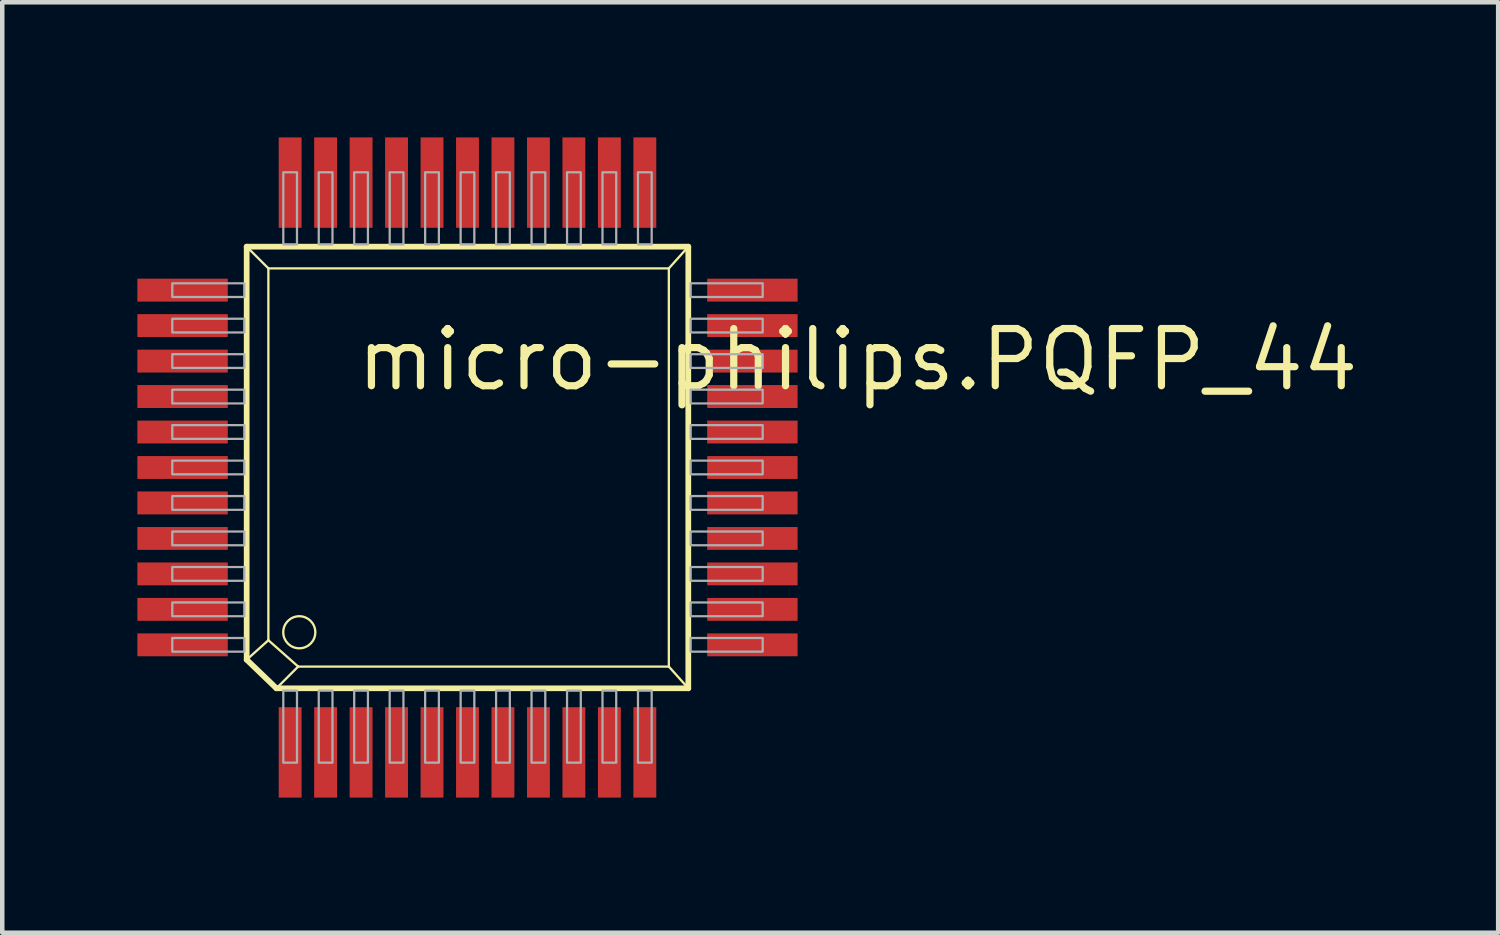
<source format=kicad_pcb>
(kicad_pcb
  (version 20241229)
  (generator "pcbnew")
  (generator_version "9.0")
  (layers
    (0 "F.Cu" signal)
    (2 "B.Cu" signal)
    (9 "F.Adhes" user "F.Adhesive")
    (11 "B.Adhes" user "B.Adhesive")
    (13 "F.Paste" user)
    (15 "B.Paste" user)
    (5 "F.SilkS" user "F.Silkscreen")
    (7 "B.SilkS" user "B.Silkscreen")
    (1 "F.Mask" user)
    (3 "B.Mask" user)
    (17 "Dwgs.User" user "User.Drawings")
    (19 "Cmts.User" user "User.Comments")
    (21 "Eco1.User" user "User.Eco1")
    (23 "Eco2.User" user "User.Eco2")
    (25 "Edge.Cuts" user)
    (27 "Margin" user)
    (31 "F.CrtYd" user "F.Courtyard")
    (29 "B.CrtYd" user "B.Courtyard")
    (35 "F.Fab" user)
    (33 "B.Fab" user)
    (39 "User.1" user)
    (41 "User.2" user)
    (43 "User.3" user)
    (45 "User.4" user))
  (footprint "micro-philips.PQFP_44"
    (layer "F.Cu")
    (at 7.328 6.947)
    (property "Reference" "micro-philips.PQFP_44" (at -2.54 -1.27 0) (layer "F.SilkS") (effects (font (size 1.27 1.27) (thickness 0.16)) (justify left bottom)))
    (attr smd)
    (fp_line (start -4.902 -4.521) (end -4.42 -4.039) (stroke (width 0.051) (type default)) (layer "F.SilkS"))
    (fp_line (start -4.902 4.648) (end -4.902 -4.521) (stroke (width 0.127) (type default)) (layer "F.SilkS"))
    (fp_line (start -4.902 4.648) (end -4.42 4.216) (stroke (width 0.051) (type default)) (layer "F.SilkS"))
    (fp_line (start -4.902 4.648) (end -4.242 5.283) (stroke (width 0.127) (type default)) (layer "F.SilkS"))
    (fp_line (start -4.42 -4.039) (end -4.42 4.216) (stroke (width 0.051) (type default)) (layer "F.SilkS"))
    (fp_line (start -4.42 -4.039) (end 4.47 -4.039) (stroke (width 0.051) (type default)) (layer "F.SilkS"))
    (fp_line (start -4.242 5.283) (end -3.759 4.801) (stroke (width 0.051) (type default)) (layer "F.SilkS"))
    (fp_line (start -4.242 5.283) (end 4.902 5.283) (stroke (width 0.127) (type default)) (layer "F.SilkS"))
    (fp_line (start -3.759 4.801) (end -4.42 4.216) (stroke (width 0.051) (type default)) (layer "F.SilkS"))
    (fp_line (start -3.759 4.801) (end 4.47 4.801) (stroke (width 0.051) (type default)) (layer "F.SilkS"))
    (fp_line (start 4.47 4.801) (end 4.47 -4.039) (stroke (width 0.051) (type default)) (layer "F.SilkS"))
    (fp_line (start 4.902 -4.521) (end -4.902 -4.521) (stroke (width 0.127) (type default)) (layer "F.SilkS"))
    (fp_line (start 4.902 -4.521) (end 4.47 -4.039) (stroke (width 0.051) (type default)) (layer "F.SilkS"))
    (fp_line (start 4.902 5.283) (end 4.47 4.801) (stroke (width 0.051) (type default)) (layer "F.SilkS"))
    (fp_line (start 4.902 5.283) (end 4.902 -4.521) (stroke (width 0.127) (type default)) (layer "F.SilkS"))
    (fp_circle (center -3.734 4.039) (end -3.378 4.039) (stroke (width 0.051) (type default)) (fill no) (layer "F.SilkS"))
    (fp_rect (start -6.553 -3.404) (end -4.953 -3.708) (stroke (width 0.05) (type default)) (fill no) (layer "F.Fab"))
    (fp_rect (start -6.553 -2.616) (end -4.953 -2.921) (stroke (width 0.05) (type default)) (fill no) (layer "F.Fab"))
    (fp_rect (start -6.553 -1.829) (end -4.953 -2.134) (stroke (width 0.05) (type default)) (fill no) (layer "F.Fab"))
    (fp_rect (start -6.553 -1.041) (end -4.953 -1.346) (stroke (width 0.05) (type default)) (fill no) (layer "F.Fab"))
    (fp_rect (start -6.553 -0.254) (end -4.953 -0.559) (stroke (width 0.05) (type default)) (fill no) (layer "F.Fab"))
    (fp_rect (start -6.553 0.533) (end -4.953 0.229) (stroke (width 0.05) (type default)) (fill no) (layer "F.Fab"))
    (fp_rect (start -6.553 1.321) (end -4.953 1.016) (stroke (width 0.05) (type default)) (fill no) (layer "F.Fab"))
    (fp_rect (start -6.553 2.108) (end -4.953 1.803) (stroke (width 0.05) (type default)) (fill no) (layer "F.Fab"))
    (fp_rect (start -6.553 2.896) (end -4.953 2.591) (stroke (width 0.05) (type default)) (fill no) (layer "F.Fab"))
    (fp_rect (start -6.553 3.683) (end -4.953 3.378) (stroke (width 0.05) (type default)) (fill no) (layer "F.Fab"))
    (fp_rect (start -6.553 4.47) (end -4.953 4.166) (stroke (width 0.05) (type default)) (fill no) (layer "F.Fab"))
    (fp_rect (start -4.089 -4.572) (end -3.785 -6.172) (stroke (width 0.05) (type default)) (fill no) (layer "F.Fab"))
    (fp_rect (start -4.089 6.934) (end -3.785 5.334) (stroke (width 0.05) (type default)) (fill no) (layer "F.Fab"))
    (fp_rect (start -3.302 -4.572) (end -2.997 -6.172) (stroke (width 0.05) (type default)) (fill no) (layer "F.Fab"))
    (fp_rect (start -3.302 6.934) (end -2.997 5.334) (stroke (width 0.05) (type default)) (fill no) (layer "F.Fab"))
    (fp_rect (start -2.515 -4.572) (end -2.21 -6.172) (stroke (width 0.05) (type default)) (fill no) (layer "F.Fab"))
    (fp_rect (start -2.515 6.934) (end -2.21 5.334) (stroke (width 0.05) (type default)) (fill no) (layer "F.Fab"))
    (fp_rect (start -1.727 -4.572) (end -1.422 -6.172) (stroke (width 0.05) (type default)) (fill no) (layer "F.Fab"))
    (fp_rect (start -1.727 6.934) (end -1.422 5.334) (stroke (width 0.05) (type default)) (fill no) (layer "F.Fab"))
    (fp_rect (start -0.94 -4.572) (end -0.635 -6.172) (stroke (width 0.05) (type default)) (fill no) (layer "F.Fab"))
    (fp_rect (start -0.94 6.934) (end -0.635 5.334) (stroke (width 0.05) (type default)) (fill no) (layer "F.Fab"))
    (fp_rect (start -0.152 -4.572) (end 0.152 -6.172) (stroke (width 0.05) (type default)) (fill no) (layer "F.Fab"))
    (fp_rect (start -0.152 6.934) (end 0.152 5.334) (stroke (width 0.05) (type default)) (fill no) (layer "F.Fab"))
    (fp_rect (start 0.635 -4.572) (end 0.94 -6.172) (stroke (width 0.05) (type default)) (fill no) (layer "F.Fab"))
    (fp_rect (start 0.635 6.934) (end 0.94 5.334) (stroke (width 0.05) (type default)) (fill no) (layer "F.Fab"))
    (fp_rect (start 1.422 -4.572) (end 1.727 -6.172) (stroke (width 0.05) (type default)) (fill no) (layer "F.Fab"))
    (fp_rect (start 1.422 6.934) (end 1.727 5.334) (stroke (width 0.05) (type default)) (fill no) (layer "F.Fab"))
    (fp_rect (start 2.21 -4.572) (end 2.515 -6.172) (stroke (width 0.05) (type default)) (fill no) (layer "F.Fab"))
    (fp_rect (start 2.21 6.934) (end 2.515 5.334) (stroke (width 0.05) (type default)) (fill no) (layer "F.Fab"))
    (fp_rect (start 2.997 -4.572) (end 3.302 -6.172) (stroke (width 0.05) (type default)) (fill no) (layer "F.Fab"))
    (fp_rect (start 2.997 6.934) (end 3.302 5.334) (stroke (width 0.05) (type default)) (fill no) (layer "F.Fab"))
    (fp_rect (start 3.785 -4.572) (end 4.089 -6.172) (stroke (width 0.05) (type default)) (fill no) (layer "F.Fab"))
    (fp_rect (start 3.785 6.934) (end 4.089 5.334) (stroke (width 0.05) (type default)) (fill no) (layer "F.Fab"))
    (fp_rect (start 4.953 -3.404) (end 6.553 -3.708) (stroke (width 0.05) (type default)) (fill no) (layer "F.Fab"))
    (fp_rect (start 4.953 -2.616) (end 6.553 -2.921) (stroke (width 0.05) (type default)) (fill no) (layer "F.Fab"))
    (fp_rect (start 4.953 -1.829) (end 6.553 -2.134) (stroke (width 0.05) (type default)) (fill no) (layer "F.Fab"))
    (fp_rect (start 4.953 -1.041) (end 6.553 -1.346) (stroke (width 0.05) (type default)) (fill no) (layer "F.Fab"))
    (fp_rect (start 4.953 -0.254) (end 6.553 -0.559) (stroke (width 0.05) (type default)) (fill no) (layer "F.Fab"))
    (fp_rect (start 4.953 0.533) (end 6.553 0.229) (stroke (width 0.05) (type default)) (fill no) (layer "F.Fab"))
    (fp_rect (start 4.953 1.321) (end 6.553 1.016) (stroke (width 0.05) (type default)) (fill no) (layer "F.Fab"))
    (fp_rect (start 4.953 2.108) (end 6.553 1.803) (stroke (width 0.05) (type default)) (fill no) (layer "F.Fab"))
    (fp_rect (start 4.953 2.896) (end 6.553 2.591) (stroke (width 0.05) (type default)) (fill no) (layer "F.Fab"))
    (fp_rect (start 4.953 3.683) (end 6.553 3.378) (stroke (width 0.05) (type default)) (fill no) (layer "F.Fab"))
    (fp_rect (start 4.953 4.47) (end 6.553 4.166) (stroke (width 0.05) (type default)) (fill no) (layer "F.Fab"))
    (pad "1" smd roundrect (at -3.937 6.706) (size 0.508 2.007) (layers "F.Cu" "F.Mask" "F.Paste") (roundrect_rratio 0.01))
    (pad "2" smd roundrect (at -3.15 6.706) (size 0.508 2.007) (layers "F.Cu" "F.Mask" "F.Paste") (roundrect_rratio 0.01))
    (pad "3" smd roundrect (at -2.362 6.706) (size 0.508 2.007) (layers "F.Cu" "F.Mask" "F.Paste") (roundrect_rratio 0.01))
    (pad "4" smd roundrect (at -1.575 6.706) (size 0.508 2.007) (layers "F.Cu" "F.Mask" "F.Paste") (roundrect_rratio 0.01))
    (pad "5" smd roundrect (at -0.787 6.706) (size 0.508 2.007) (layers "F.Cu" "F.Mask" "F.Paste") (roundrect_rratio 0.01))
    (pad "6" smd roundrect (at 0 6.706) (size 0.508 2.007) (layers "F.Cu" "F.Mask" "F.Paste") (roundrect_rratio 0.01))
    (pad "7" smd roundrect (at 0.787 6.706) (size 0.508 2.007) (layers "F.Cu" "F.Mask" "F.Paste") (roundrect_rratio 0.01))
    (pad "8" smd roundrect (at 1.575 6.706) (size 0.508 2.007) (layers "F.Cu" "F.Mask" "F.Paste") (roundrect_rratio 0.01))
    (pad "9" smd roundrect (at 2.362 6.706) (size 0.508 2.007) (layers "F.Cu" "F.Mask" "F.Paste") (roundrect_rratio 0.01))
    (pad "10" smd roundrect (at 3.15 6.706) (size 0.508 2.007) (layers "F.Cu" "F.Mask" "F.Paste") (roundrect_rratio 0.01))
    (pad "11" smd roundrect (at 3.937 6.706) (size 0.508 2.007) (layers "F.Cu" "F.Mask" "F.Paste") (roundrect_rratio 0.01))
    (pad "12" smd roundrect (at 6.325 4.318) (size 2.007 0.508) (layers "F.Cu" "F.Mask" "F.Paste") (roundrect_rratio 0.01))
    (pad "13" smd roundrect (at 6.325 3.531) (size 2.007 0.508) (layers "F.Cu" "F.Mask" "F.Paste") (roundrect_rratio 0.01))
    (pad "14" smd roundrect (at 6.325 2.743) (size 2.007 0.508) (layers "F.Cu" "F.Mask" "F.Paste") (roundrect_rratio 0.01))
    (pad "15" smd roundrect (at 6.325 1.956) (size 2.007 0.508) (layers "F.Cu" "F.Mask" "F.Paste") (roundrect_rratio 0.01))
    (pad "16" smd roundrect (at 6.325 1.168) (size 2.007 0.508) (layers "F.Cu" "F.Mask" "F.Paste") (roundrect_rratio 0.01))
    (pad "17" smd roundrect (at 6.325 0.381) (size 2.007 0.508) (layers "F.Cu" "F.Mask" "F.Paste") (roundrect_rratio 0.01))
    (pad "18" smd roundrect (at 6.325 -0.406) (size 2.007 0.508) (layers "F.Cu" "F.Mask" "F.Paste") (roundrect_rratio 0.01))
    (pad "19" smd roundrect (at 6.325 -1.194) (size 2.007 0.508) (layers "F.Cu" "F.Mask" "F.Paste") (roundrect_rratio 0.01))
    (pad "20" smd roundrect (at 6.325 -1.981) (size 2.007 0.508) (layers "F.Cu" "F.Mask" "F.Paste") (roundrect_rratio 0.01))
    (pad "21" smd roundrect (at 6.325 -2.769) (size 2.007 0.508) (layers "F.Cu" "F.Mask" "F.Paste") (roundrect_rratio 0.01))
    (pad "22" smd roundrect (at 6.325 -3.556) (size 2.007 0.508) (layers "F.Cu" "F.Mask" "F.Paste") (roundrect_rratio 0.01))
    (pad "23" smd roundrect (at 3.937 -5.944) (size 0.508 2.007) (layers "F.Cu" "F.Mask" "F.Paste") (roundrect_rratio 0.01))
    (pad "24" smd roundrect (at 3.15 -5.944) (size 0.508 2.007) (layers "F.Cu" "F.Mask" "F.Paste") (roundrect_rratio 0.01))
    (pad "25" smd roundrect (at 2.362 -5.944) (size 0.508 2.007) (layers "F.Cu" "F.Mask" "F.Paste") (roundrect_rratio 0.01))
    (pad "26" smd roundrect (at 1.575 -5.944) (size 0.508 2.007) (layers "F.Cu" "F.Mask" "F.Paste") (roundrect_rratio 0.01))
    (pad "27" smd roundrect (at 0.787 -5.944) (size 0.508 2.007) (layers "F.Cu" "F.Mask" "F.Paste") (roundrect_rratio 0.01))
    (pad "28" smd roundrect (at 0 -5.944) (size 0.508 2.007) (layers "F.Cu" "F.Mask" "F.Paste") (roundrect_rratio 0.01))
    (pad "29" smd roundrect (at -0.787 -5.944) (size 0.508 2.007) (layers "F.Cu" "F.Mask" "F.Paste") (roundrect_rratio 0.01))
    (pad "30" smd roundrect (at -1.575 -5.944) (size 0.508 2.007) (layers "F.Cu" "F.Mask" "F.Paste") (roundrect_rratio 0.01))
    (pad "31" smd roundrect (at -2.362 -5.944) (size 0.508 2.007) (layers "F.Cu" "F.Mask" "F.Paste") (roundrect_rratio 0.01))
    (pad "32" smd roundrect (at -3.15 -5.944) (size 0.508 2.007) (layers "F.Cu" "F.Mask" "F.Paste") (roundrect_rratio 0.01))
    (pad "33" smd roundrect (at -3.937 -5.944) (size 0.508 2.007) (layers "F.Cu" "F.Mask" "F.Paste") (roundrect_rratio 0.01))
    (pad "34" smd roundrect (at -6.325 -3.556) (size 2.007 0.508) (layers "F.Cu" "F.Mask" "F.Paste") (roundrect_rratio 0.01))
    (pad "35" smd roundrect (at -6.325 -2.769) (size 2.007 0.508) (layers "F.Cu" "F.Mask" "F.Paste") (roundrect_rratio 0.01))
    (pad "36" smd roundrect (at -6.325 -1.981) (size 2.007 0.508) (layers "F.Cu" "F.Mask" "F.Paste") (roundrect_rratio 0.01))
    (pad "37" smd roundrect (at -6.325 -1.194) (size 2.007 0.508) (layers "F.Cu" "F.Mask" "F.Paste") (roundrect_rratio 0.01))
    (pad "38" smd roundrect (at -6.325 -0.406) (size 2.007 0.508) (layers "F.Cu" "F.Mask" "F.Paste") (roundrect_rratio 0.01))
    (pad "39" smd roundrect (at -6.325 0.381) (size 2.007 0.508) (layers "F.Cu" "F.Mask" "F.Paste") (roundrect_rratio 0.01))
    (pad "40" smd roundrect (at -6.325 1.168) (size 2.007 0.508) (layers "F.Cu" "F.Mask" "F.Paste") (roundrect_rratio 0.01))
    (pad "41" smd roundrect (at -6.325 1.956) (size 2.007 0.508) (layers "F.Cu" "F.Mask" "F.Paste") (roundrect_rratio 0.01))
    (pad "42" smd roundrect (at -6.325 2.743) (size 2.007 0.508) (layers "F.Cu" "F.Mask" "F.Paste") (roundrect_rratio 0.01))
    (pad "43" smd roundrect (at -6.325 3.531) (size 2.007 0.508) (layers "F.Cu" "F.Mask" "F.Paste") (roundrect_rratio 0.01))
    (pad "44" smd roundrect (at -6.325 4.318) (size 2.007 0.508) (layers "F.Cu" "F.Mask" "F.Paste") (roundrect_rratio 0.01)))
  (gr_rect
    (start -3 -3)
    (end 30.209 17.656)
    (stroke (width 0.1) (type default))
    (fill no)
    (layer "Edge.Cuts")))
</source>
